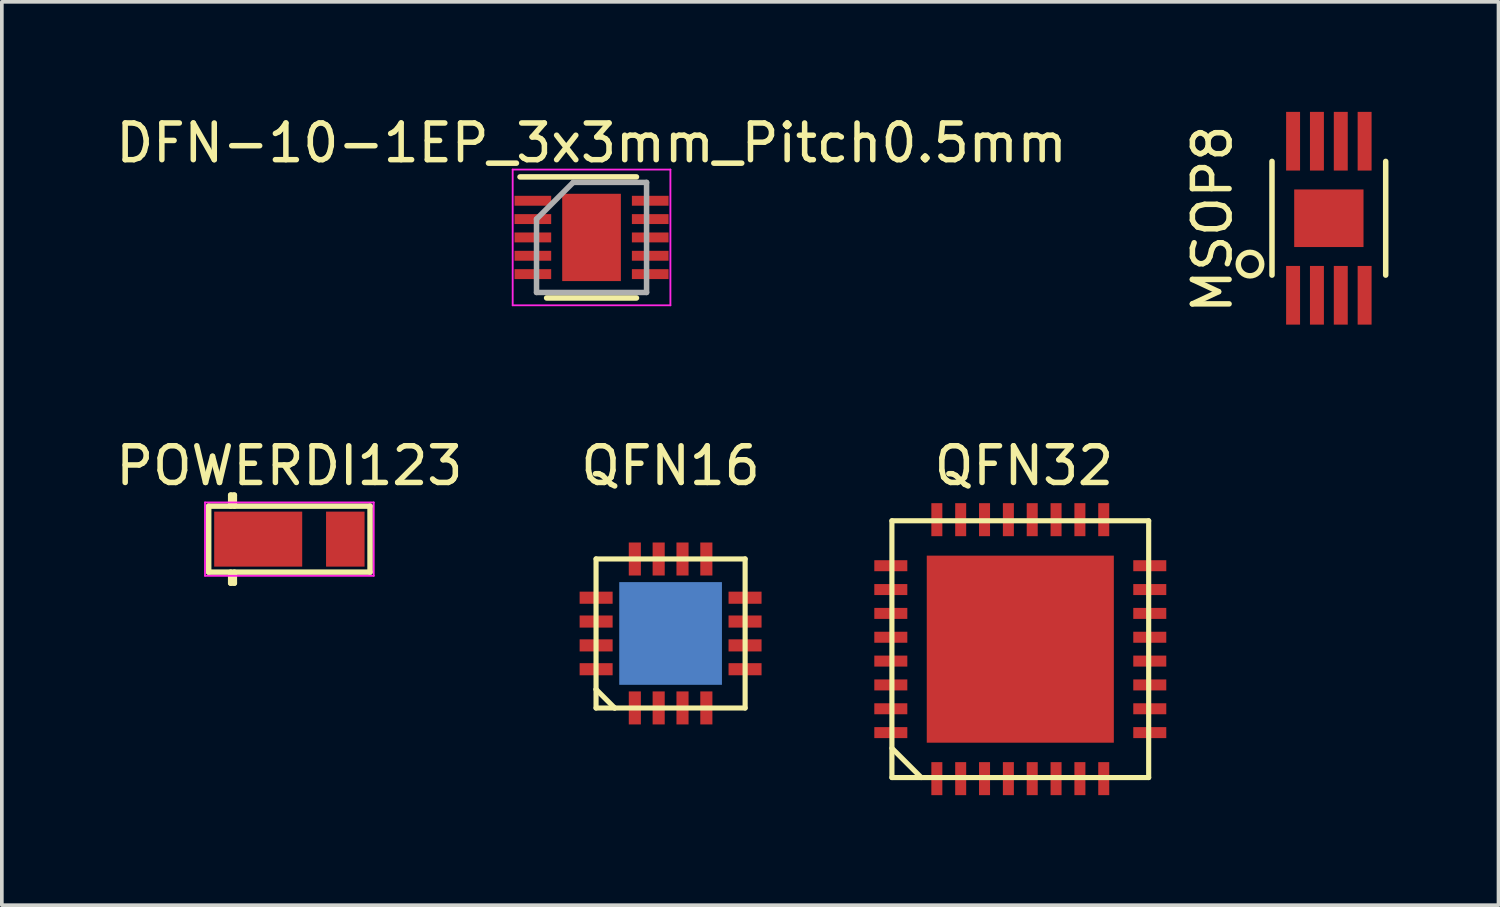
<source format=kicad_pcb>
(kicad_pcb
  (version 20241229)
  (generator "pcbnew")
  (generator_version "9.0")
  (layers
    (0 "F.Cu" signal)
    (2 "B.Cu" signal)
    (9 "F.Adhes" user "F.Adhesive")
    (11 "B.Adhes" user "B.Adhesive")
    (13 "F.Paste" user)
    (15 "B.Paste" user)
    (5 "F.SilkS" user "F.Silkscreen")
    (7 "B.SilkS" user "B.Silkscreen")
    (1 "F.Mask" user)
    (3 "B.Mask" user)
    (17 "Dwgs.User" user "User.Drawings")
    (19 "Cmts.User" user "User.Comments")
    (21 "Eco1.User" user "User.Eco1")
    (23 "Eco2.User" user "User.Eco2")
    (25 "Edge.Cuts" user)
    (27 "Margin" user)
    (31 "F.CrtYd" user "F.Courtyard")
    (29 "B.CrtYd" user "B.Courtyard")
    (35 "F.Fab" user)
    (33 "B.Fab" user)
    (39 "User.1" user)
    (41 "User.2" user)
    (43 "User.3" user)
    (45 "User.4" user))
  (footprint "POWERDI123"
    (layer "F.Cu")
    (at 4.839 11.648)
    (property "Reference" "POWERDI123" (at 0 -2 0) (layer "F.SilkS") (effects (font (size 1 1) (thickness 0.15))))
    (attr smd)
    (fp_line (start -2.2 -0.9) (end 2.2 -0.9) (stroke (width 0.15) (type solid)) (layer "F.SilkS"))
    (fp_line (start -2.2 0.9) (end -2.2 -0.9) (stroke (width 0.15) (type solid)) (layer "F.SilkS"))
    (fp_line (start -1.6 -0.9) (end -1.6 -1.2) (stroke (width 0.15) (type solid)) (layer "F.SilkS"))
    (fp_line (start -1.6 1.2) (end -1.6 0.9) (stroke (width 0.15) (type solid)) (layer "F.SilkS"))
    (fp_line (start -1.5 -1.2) (end -1.6 -1.2) (stroke (width 0.15) (type solid)) (layer "F.SilkS"))
    (fp_line (start -1.5 -0.9) (end -1.5 -1.2) (stroke (width 0.15) (type solid)) (layer "F.SilkS"))
    (fp_line (start -1.5 0.9) (end -1.5 1.2) (stroke (width 0.15) (type solid)) (layer "F.SilkS"))
    (fp_line (start -1.5 1.2) (end -1.6 1.2) (stroke (width 0.15) (type solid)) (layer "F.SilkS"))
    (fp_line (start 2.2 -0.9) (end 2.2 0.9) (stroke (width 0.15) (type solid)) (layer "F.SilkS"))
    (fp_line (start 2.2 0.9) (end -2.2 0.9) (stroke (width 0.15) (type solid)) (layer "F.SilkS"))
    (fp_line (start -2.3 -1) (end 2.3 -1) (stroke (width 0.05) (type solid)) (layer "F.CrtYd"))
    (fp_line (start -2.3 1) (end -2.3 -1) (stroke (width 0.05) (type solid)) (layer "F.CrtYd"))
    (fp_line (start 2.3 -1) (end 2.3 1) (stroke (width 0.05) (type solid)) (layer "F.CrtYd"))
    (fp_line (start 2.3 1) (end -2.3 1) (stroke (width 0.05) (type solid)) (layer "F.CrtYd"))
    (pad "1" smd rect (at 1.525 0 180) (size 1.05 1.5) (layers "F.Cu" "F.Mask" "F.Paste"))
    (pad "2" smd rect (at -0.85 0 180) (size 2.4 1.5) (layers "F.Cu" "F.Mask" "F.Paste")))
  (footprint "QFN32"
    (layer "F.Cu")
    (at 24.766 14.648)
    (property "Reference" "QFN32" (at 0.1 -5 0) (layer "F.SilkS") (effects (font (size 1 1) (thickness 0.15))))
    (attr through_hole)
    (fp_line (start -3.5 -3.5) (end -3.5 3.5) (stroke (width 0.14) (type solid)) (layer "F.SilkS"))
    (fp_line (start -3.5 2.7) (end -2.7 3.5) (stroke (width 0.14) (type solid)) (layer "F.SilkS"))
    (fp_line (start -3.5 3.5) (end 3.5 3.5) (stroke (width 0.14) (type solid)) (layer "F.SilkS"))
    (fp_line (start 3.5 -3.5) (end -3.5 -3.5) (stroke (width 0.14) (type solid)) (layer "F.SilkS"))
    (fp_line (start 3.5 3.5) (end 3.5 -3.5) (stroke (width 0.14) (type solid)) (layer "F.SilkS"))
    (pad "1" smd rect (at -2.275 3.53) (size 0.3 0.9) (layers "F.Cu" "F.Mask" "F.Paste"))
    (pad "2" smd rect (at -1.625 3.53) (size 0.3 0.9) (layers "F.Cu" "F.Mask" "F.Paste"))
    (pad "3" smd rect (at -0.975 3.53) (size 0.3 0.9) (layers "F.Cu" "F.Mask" "F.Paste"))
    (pad "4" smd rect (at -0.325 3.53) (size 0.3 0.9) (layers "F.Cu" "F.Mask" "F.Paste"))
    (pad "5" smd rect (at 0.325 3.53) (size 0.3 0.9) (layers "F.Cu" "F.Mask" "F.Paste"))
    (pad "6" smd rect (at 0.975 3.53) (size 0.3 0.9) (layers "F.Cu" "F.Mask" "F.Paste"))
    (pad "7" smd rect (at 1.625 3.53) (size 0.3 0.9) (layers "F.Cu" "F.Mask" "F.Paste"))
    (pad "8" smd rect (at 2.275 3.53) (size 0.3 0.9) (layers "F.Cu" "F.Mask" "F.Paste"))
    (pad "9" smd rect (at 3.53 2.275 90) (size 0.3 0.9) (layers "F.Cu" "F.Mask" "F.Paste"))
    (pad "10" smd rect (at 3.53 1.625 90) (size 0.3 0.9) (layers "F.Cu" "F.Mask" "F.Paste"))
    (pad "11" smd rect (at 3.53 0.975 90) (size 0.3 0.9) (layers "F.Cu" "F.Mask" "F.Paste"))
    (pad "12" smd rect (at 3.53 0.325 90) (size 0.3 0.9) (layers "F.Cu" "F.Mask" "F.Paste"))
    (pad "13" smd rect (at 3.53 -0.325 90) (size 0.3 0.9) (layers "F.Cu" "F.Mask" "F.Paste"))
    (pad "14" smd rect (at 3.53 -0.975 90) (size 0.3 0.9) (layers "F.Cu" "F.Mask" "F.Paste"))
    (pad "15" smd rect (at 3.53 -1.625 90) (size 0.3 0.9) (layers "F.Cu" "F.Mask" "F.Paste"))
    (pad "16" smd rect (at 3.53 -2.275 90) (size 0.3 0.9) (layers "F.Cu" "F.Mask" "F.Paste"))
    (pad "17" smd rect (at 2.275 -3.53 180) (size 0.3 0.9) (layers "F.Cu" "F.Mask" "F.Paste"))
    (pad "18" smd rect (at 1.625 -3.53 180) (size 0.3 0.9) (layers "F.Cu" "F.Mask" "F.Paste"))
    (pad "19" smd rect (at 0.975 -3.53 180) (size 0.3 0.9) (layers "F.Cu" "F.Mask" "F.Paste"))
    (pad "20" smd rect (at 0.325 -3.53 180) (size 0.3 0.9) (layers "F.Cu" "F.Mask" "F.Paste"))
    (pad "21" smd rect (at -0.325 -3.53 180) (size 0.3 0.9) (layers "F.Cu" "F.Mask" "F.Paste"))
    (pad "22" smd rect (at -0.975 -3.53 180) (size 0.3 0.9) (layers "F.Cu" "F.Mask" "F.Paste"))
    (pad "23" smd rect (at -1.625 -3.53 180) (size 0.3 0.9) (layers "F.Cu" "F.Mask" "F.Paste"))
    (pad "24" smd rect (at -2.275 -3.53 180) (size 0.3 0.9) (layers "F.Cu" "F.Mask" "F.Paste"))
    (pad "25" smd rect (at -3.53 -2.275 270) (size 0.3 0.9) (layers "F.Cu" "F.Mask" "F.Paste"))
    (pad "26" smd rect (at -3.53 -1.625 270) (size 0.3 0.9) (layers "F.Cu" "F.Mask" "F.Paste"))
    (pad "27" smd rect (at -3.53 -0.975 270) (size 0.3 0.9) (layers "F.Cu" "F.Mask" "F.Paste"))
    (pad "28" smd rect (at -3.53 -0.325 270) (size 0.3 0.9) (layers "F.Cu" "F.Mask" "F.Paste"))
    (pad "29" smd rect (at -3.53 0.325 270) (size 0.3 0.9) (layers "F.Cu" "F.Mask" "F.Paste"))
    (pad "30" smd rect (at -3.53 0.975 270) (size 0.3 0.9) (layers "F.Cu" "F.Mask" "F.Paste"))
    (pad "31" smd rect (at -3.53 1.625 270) (size 0.3 0.9) (layers "F.Cu" "F.Mask" "F.Paste"))
    (pad "32" smd rect (at -3.53 2.275 270) (size 0.3 0.9) (layers "F.Cu" "F.Mask" "F.Paste"))
    (pad "33" smd rect (at 0 0) (size 5.1 5.1) (layers "F.Cu" "F.Mask" "F.Paste")))
  (footprint "MSOP8"
    (layer "F.Cu")
    (at 33.178 2.9)
    (property "Reference" "MSOP8" (at -3.175 0.025 270) (layer "F.SilkS") (effects (font (size 1 1) (thickness 0.15))))
    (attr through_hole)
    (fp_line (start -1.55 -1.55) (end -1.55 1.55) (stroke (width 0.15) (type solid)) (layer "F.SilkS"))
    (fp_line (start 1.55 -1.55) (end 1.55 1.55) (stroke (width 0.15) (type solid)) (layer "F.SilkS"))
    (fp_circle (center -2.15 1.25) (end -1.9 1.05) (stroke (width 0.15) (type solid)) (fill no) (layer "F.SilkS"))
    (pad "1" smd rect (at -0.975 2.1) (size 0.38 1.6) (layers "F.Cu" "F.Mask" "F.Paste"))
    (pad "2" smd rect (at -0.325 2.1) (size 0.38 1.6) (layers "F.Cu" "F.Mask" "F.Paste"))
    (pad "3" smd rect (at 0.325 2.1) (size 0.38 1.6) (layers "F.Cu" "F.Mask" "F.Paste"))
    (pad "4" smd rect (at 0.975 2.1) (size 0.38 1.6) (layers "F.Cu" "F.Mask" "F.Paste"))
    (pad "5" smd rect (at 0.975 -2.1) (size 0.38 1.6) (layers "F.Cu" "F.Mask" "F.Paste"))
    (pad "6" smd rect (at 0.325 -2.1) (size 0.38 1.6) (layers "F.Cu" "F.Mask" "F.Paste"))
    (pad "7" smd rect (at -0.325 -2.1) (size 0.38 1.6) (layers "F.Cu" "F.Mask" "F.Paste"))
    (pad "8" smd rect (at -0.975 -2.1) (size 0.38 1.6) (layers "F.Cu" "F.Mask" "F.Paste"))
    (pad "9" smd rect (at 0 0) (size 1.89 1.57) (layers "F.Cu" "F.Mask" "F.Paste")))
  (footprint "DFN-10-1EP_3x3mm_Pitch0.5mm"
    (layer "F.Cu")
    (at 13.077 3.423)
    (property "Reference" "DFN-10-1EP_3x3mm_Pitch0.5mm" (at 0 -2.575 0) (layer "F.SilkS") (effects (font (size 1 1) (thickness 0.15))))
    (attr smd)
    (fp_line (start -1.95 -1.65) (end 1.225 -1.65) (stroke (width 0.15) (type solid)) (layer "F.SilkS"))
    (fp_line (start -1.225 1.65) (end 1.225 1.65) (stroke (width 0.15) (type solid)) (layer "F.SilkS"))
    (fp_line (start -2.15 -1.85) (end -2.15 1.85) (stroke (width 0.05) (type solid)) (layer "F.CrtYd"))
    (fp_line (start -2.15 -1.85) (end 2.15 -1.85) (stroke (width 0.05) (type solid)) (layer "F.CrtYd"))
    (fp_line (start -2.15 1.85) (end 2.15 1.85) (stroke (width 0.05) (type solid)) (layer "F.CrtYd"))
    (fp_line (start 2.15 -1.85) (end 2.15 1.85) (stroke (width 0.05) (type solid)) (layer "F.CrtYd"))
    (fp_line (start -1.5 -0.5) (end -0.5 -1.5) (stroke (width 0.15) (type solid)) (layer "F.Fab"))
    (fp_line (start -1.5 1.5) (end -1.5 -0.5) (stroke (width 0.15) (type solid)) (layer "F.Fab"))
    (fp_line (start -0.5 -1.5) (end 1.5 -1.5) (stroke (width 0.15) (type solid)) (layer "F.Fab"))
    (fp_line (start 1.5 -1.5) (end 1.5 1.5) (stroke (width 0.15) (type solid)) (layer "F.Fab"))
    (fp_line (start 1.5 1.5) (end -1.5 1.5) (stroke (width 0.15) (type solid)) (layer "F.Fab"))
    (pad "1" smd rect (at -1.6 -1) (size 1 0.27) (layers "F.Cu" "F.Mask" "F.Paste"))
    (pad "2" smd rect (at -1.6 -0.5) (size 1 0.27) (layers "F.Cu" "F.Mask" "F.Paste"))
    (pad "3" smd rect (at -1.6 0) (size 1 0.27) (layers "F.Cu" "F.Mask" "F.Paste"))
    (pad "4" smd rect (at -1.6 0.5) (size 1 0.27) (layers "F.Cu" "F.Mask" "F.Paste"))
    (pad "5" smd rect (at -1.6 1) (size 1 0.27) (layers "F.Cu" "F.Mask" "F.Paste"))
    (pad "6" smd rect (at 1.6 1) (size 1 0.27) (layers "F.Cu" "F.Mask" "F.Paste"))
    (pad "7" smd rect (at 1.6 0.5) (size 1 0.27) (layers "F.Cu" "F.Mask" "F.Paste"))
    (pad "8" smd rect (at 1.6 0) (size 1 0.27) (layers "F.Cu" "F.Mask" "F.Paste"))
    (pad "9" smd rect (at 1.6 -0.5) (size 1 0.27) (layers "F.Cu" "F.Mask" "F.Paste"))
    (pad "10" smd rect (at 1.6 -1) (size 1 0.27) (layers "F.Cu" "F.Mask" "F.Paste"))
    (pad "11" smd rect (at 0 0) (size 1.6 2.38) (layers "F.Cu" "F.Mask" "F.Paste")))
  (footprint "QFN16"
    (layer "F.Cu")
    (at 15.232 14.22)
    (property "Reference" "QFN16" (at 0 -4.572 0) (layer "F.SilkS") (effects (font (size 1 1) (thickness 0.15))))
    (attr through_hole)
    (fp_line (start -2.032 -2.032) (end -2.032 1.524) (stroke (width 0.14) (type solid)) (layer "F.SilkS"))
    (fp_line (start -2.032 1.524) (end -1.524 2.032) (stroke (width 0.14) (type solid)) (layer "F.SilkS"))
    (fp_line (start -2.032 2.032) (end -2.032 1.524) (stroke (width 0.14) (type solid)) (layer "F.SilkS"))
    (fp_line (start -2.032 2.032) (end -1.524 2.032) (stroke (width 0.14) (type solid)) (layer "F.SilkS"))
    (fp_line (start -1.524 2.032) (end 2.032 2.032) (stroke (width 0.14) (type solid)) (layer "F.SilkS"))
    (fp_line (start 2.032 -2.032) (end -2.032 -2.032) (stroke (width 0.14) (type solid)) (layer "F.SilkS"))
    (fp_line (start 2.032 2.032) (end 2.032 -2.032) (stroke (width 0.14) (type solid)) (layer "F.SilkS"))
    (pad "1" smd rect (at -0.975 2.03) (size 0.33 0.9) (layers "F.Cu" "F.Mask" "F.Paste"))
    (pad "2" smd rect (at -0.325 2.03) (size 0.33 0.9) (layers "F.Cu" "F.Mask" "F.Paste"))
    (pad "3" smd rect (at 0.325 2.03) (size 0.33 0.9) (layers "F.Cu" "F.Mask" "F.Paste"))
    (pad "4" smd rect (at 0.975 2.03) (size 0.33 0.9) (layers "F.Cu" "F.Mask" "F.Paste"))
    (pad "5" smd rect (at 2.03 0.975 90) (size 0.33 0.9) (layers "F.Cu" "F.Mask" "F.Paste"))
    (pad "6" smd rect (at 2.03 0.325 90) (size 0.33 0.9) (layers "F.Cu" "F.Mask" "F.Paste"))
    (pad "7" smd rect (at 2.03 -0.325 90) (size 0.33 0.9) (layers "F.Cu" "F.Mask" "F.Paste"))
    (pad "8" smd rect (at 2.03 -0.975 90) (size 0.33 0.9) (layers "F.Cu" "F.Mask" "F.Paste"))
    (pad "9" smd rect (at 0.975 -2.03 180) (size 0.33 0.9) (layers "F.Cu" "F.Mask" "F.Paste"))
    (pad "10" smd rect (at 0.325 -2.03 180) (size 0.33 0.9) (layers "F.Cu" "F.Mask" "F.Paste"))
    (pad "11" smd rect (at -0.325 -2.03 180) (size 0.33 0.9) (layers "F.Cu" "F.Mask" "F.Paste"))
    (pad "12" smd rect (at -0.975 -2.03 180) (size 0.33 0.9) (layers "F.Cu" "F.Mask" "F.Paste"))
    (pad "13" smd rect (at -2.03 -0.975 270) (size 0.33 0.9) (layers "F.Cu" "F.Mask" "F.Paste"))
    (pad "14" smd rect (at -2.03 -0.325 270) (size 0.33 0.9) (layers "F.Cu" "F.Mask" "F.Paste"))
    (pad "15" smd rect (at -2.03 0.325 270) (size 0.33 0.9) (layers "F.Cu" "F.Mask" "F.Paste"))
    (pad "16" smd rect (at -2.03 0.975 270) (size 0.33 0.9) (layers "F.Cu" "F.Mask" "F.Paste"))
    (pad "17" smd rect (at 0 0) (size 2.524 2.524) (layers "F.Cu" "F.Mask" "F.Paste"))
    (pad "18" smd rect (at 0 0) (size 2.8 2.8) (layers "B.Cu" "B.Mask" "B.Paste")))
  (gr_rect
    (start -3 -3)
    (end 37.803 21.628)
    (stroke (width 0.1) (type default))
    (fill no)
    (layer "Edge.Cuts")))
</source>
